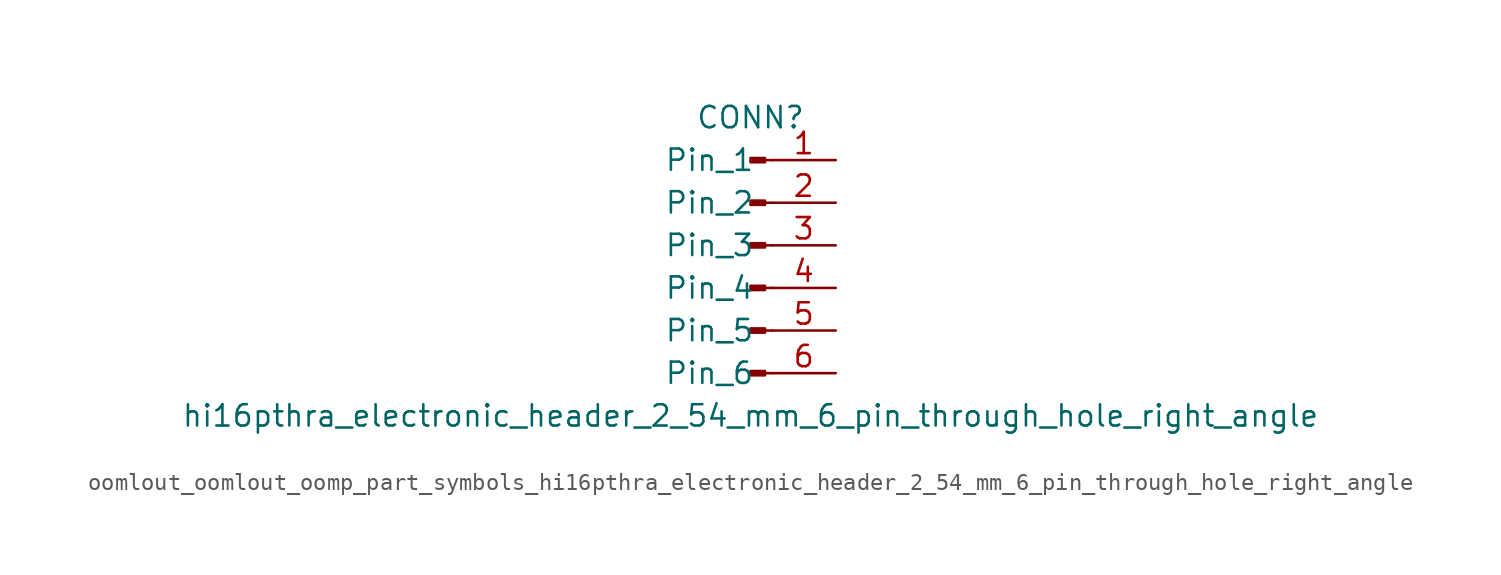
<source format=kicad_sym>
(kicad_symbol_lib
  (version 20220914)
  (generator kicad_symbol_editor)
  (symbol "oomlout_oomlout_oomp_part_symbols_hi16pthra_electronic_header_2_54_mm_6_pin_through_hole_right_angle"
    (pin_names
      (offset 1.016))
    (property "Reference" "CONN"
      (at 0 7.62 0)
      (effects (font (size 1.27 1.27))))
    (property "Value" "hi16pthra_electronic_header_2_54_mm_6_pin_through_hole_right_angle"
      (at 0 -10.16 0)
      (effects (font (size 1.27 1.27))))
    (property "ki_locked" ""
      (at 0 0 0)
      (effects (font (size 1.27 1.27))))
    (symbol "oomlout_oomlout_oomp_part_symbols_hi16pthra_electronic_header_2_54_mm_6_pin_through_hole_right_angle_1_1"
      (polyline (pts (xy 1.27 -7.62) (xy 0.864 -7.62)) (stroke (width 0.152) (type default)) (fill (type none)))
      (polyline (pts (xy 1.27 -5.08) (xy 0.864 -5.08)) (stroke (width 0.152) (type default)) (fill (type none)))
      (polyline (pts (xy 1.27 -2.54) (xy 0.864 -2.54)) (stroke (width 0.152) (type default)) (fill (type none)))
      (polyline (pts (xy 1.27 0) (xy 0.864 0)) (stroke (width 0.152) (type default)) (fill (type none)))
      (polyline (pts (xy 1.27 2.54) (xy 0.864 2.54)) (stroke (width 0.152) (type default)) (fill (type none)))
      (polyline (pts (xy 1.27 5.08) (xy 0.864 5.08)) (stroke (width 0.152) (type default)) (fill (type none)))
      (rectangle (start 0.864 -7.493) (end 0 -7.747) (stroke (width 0.152) (type default)) (fill (type outline)))
      (rectangle (start 0.864 -4.953) (end 0 -5.207) (stroke (width 0.152) (type default)) (fill (type outline)))
      (rectangle (start 0.864 -2.413) (end 0 -2.667) (stroke (width 0.152) (type default)) (fill (type outline)))
      (rectangle (start 0.864 0.127) (end 0 -0.127) (stroke (width 0.152) (type default)) (fill (type outline)))
      (rectangle (start 0.864 2.667) (end 0 2.413) (stroke (width 0.152) (type default)) (fill (type outline)))
      (rectangle (start 0.864 5.207) (end 0 4.953) (stroke (width 0.152) (type default)) (fill (type outline)))
      (pin passive line (at 5.08 5.08 180) (length 3.81) (name "Pin_1" (effects (font (size 1.27 1.27)))) (number "1" (effects (font (size 1.27 1.27)))))
      (pin passive line (at 5.08 2.54 180) (length 3.81) (name "Pin_2" (effects (font (size 1.27 1.27)))) (number "2" (effects (font (size 1.27 1.27)))))
      (pin passive line (at 5.08 0 180) (length 3.81) (name "Pin_3" (effects (font (size 1.27 1.27)))) (number "3" (effects (font (size 1.27 1.27)))))
      (pin passive line (at 5.08 -2.54 180) (length 3.81) (name "Pin_4" (effects (font (size 1.27 1.27)))) (number "4" (effects (font (size 1.27 1.27)))))
      (pin passive line (at 5.08 -5.08 180) (length 3.81) (name "Pin_5" (effects (font (size 1.27 1.27)))) (number "5" (effects (font (size 1.27 1.27)))))
      (pin passive line (at 5.08 -7.62 180) (length 3.81) (name "Pin_6" (effects (font (size 1.27 1.27)))) (number "6" (effects (font (size 1.27 1.27))))))))
</source>
